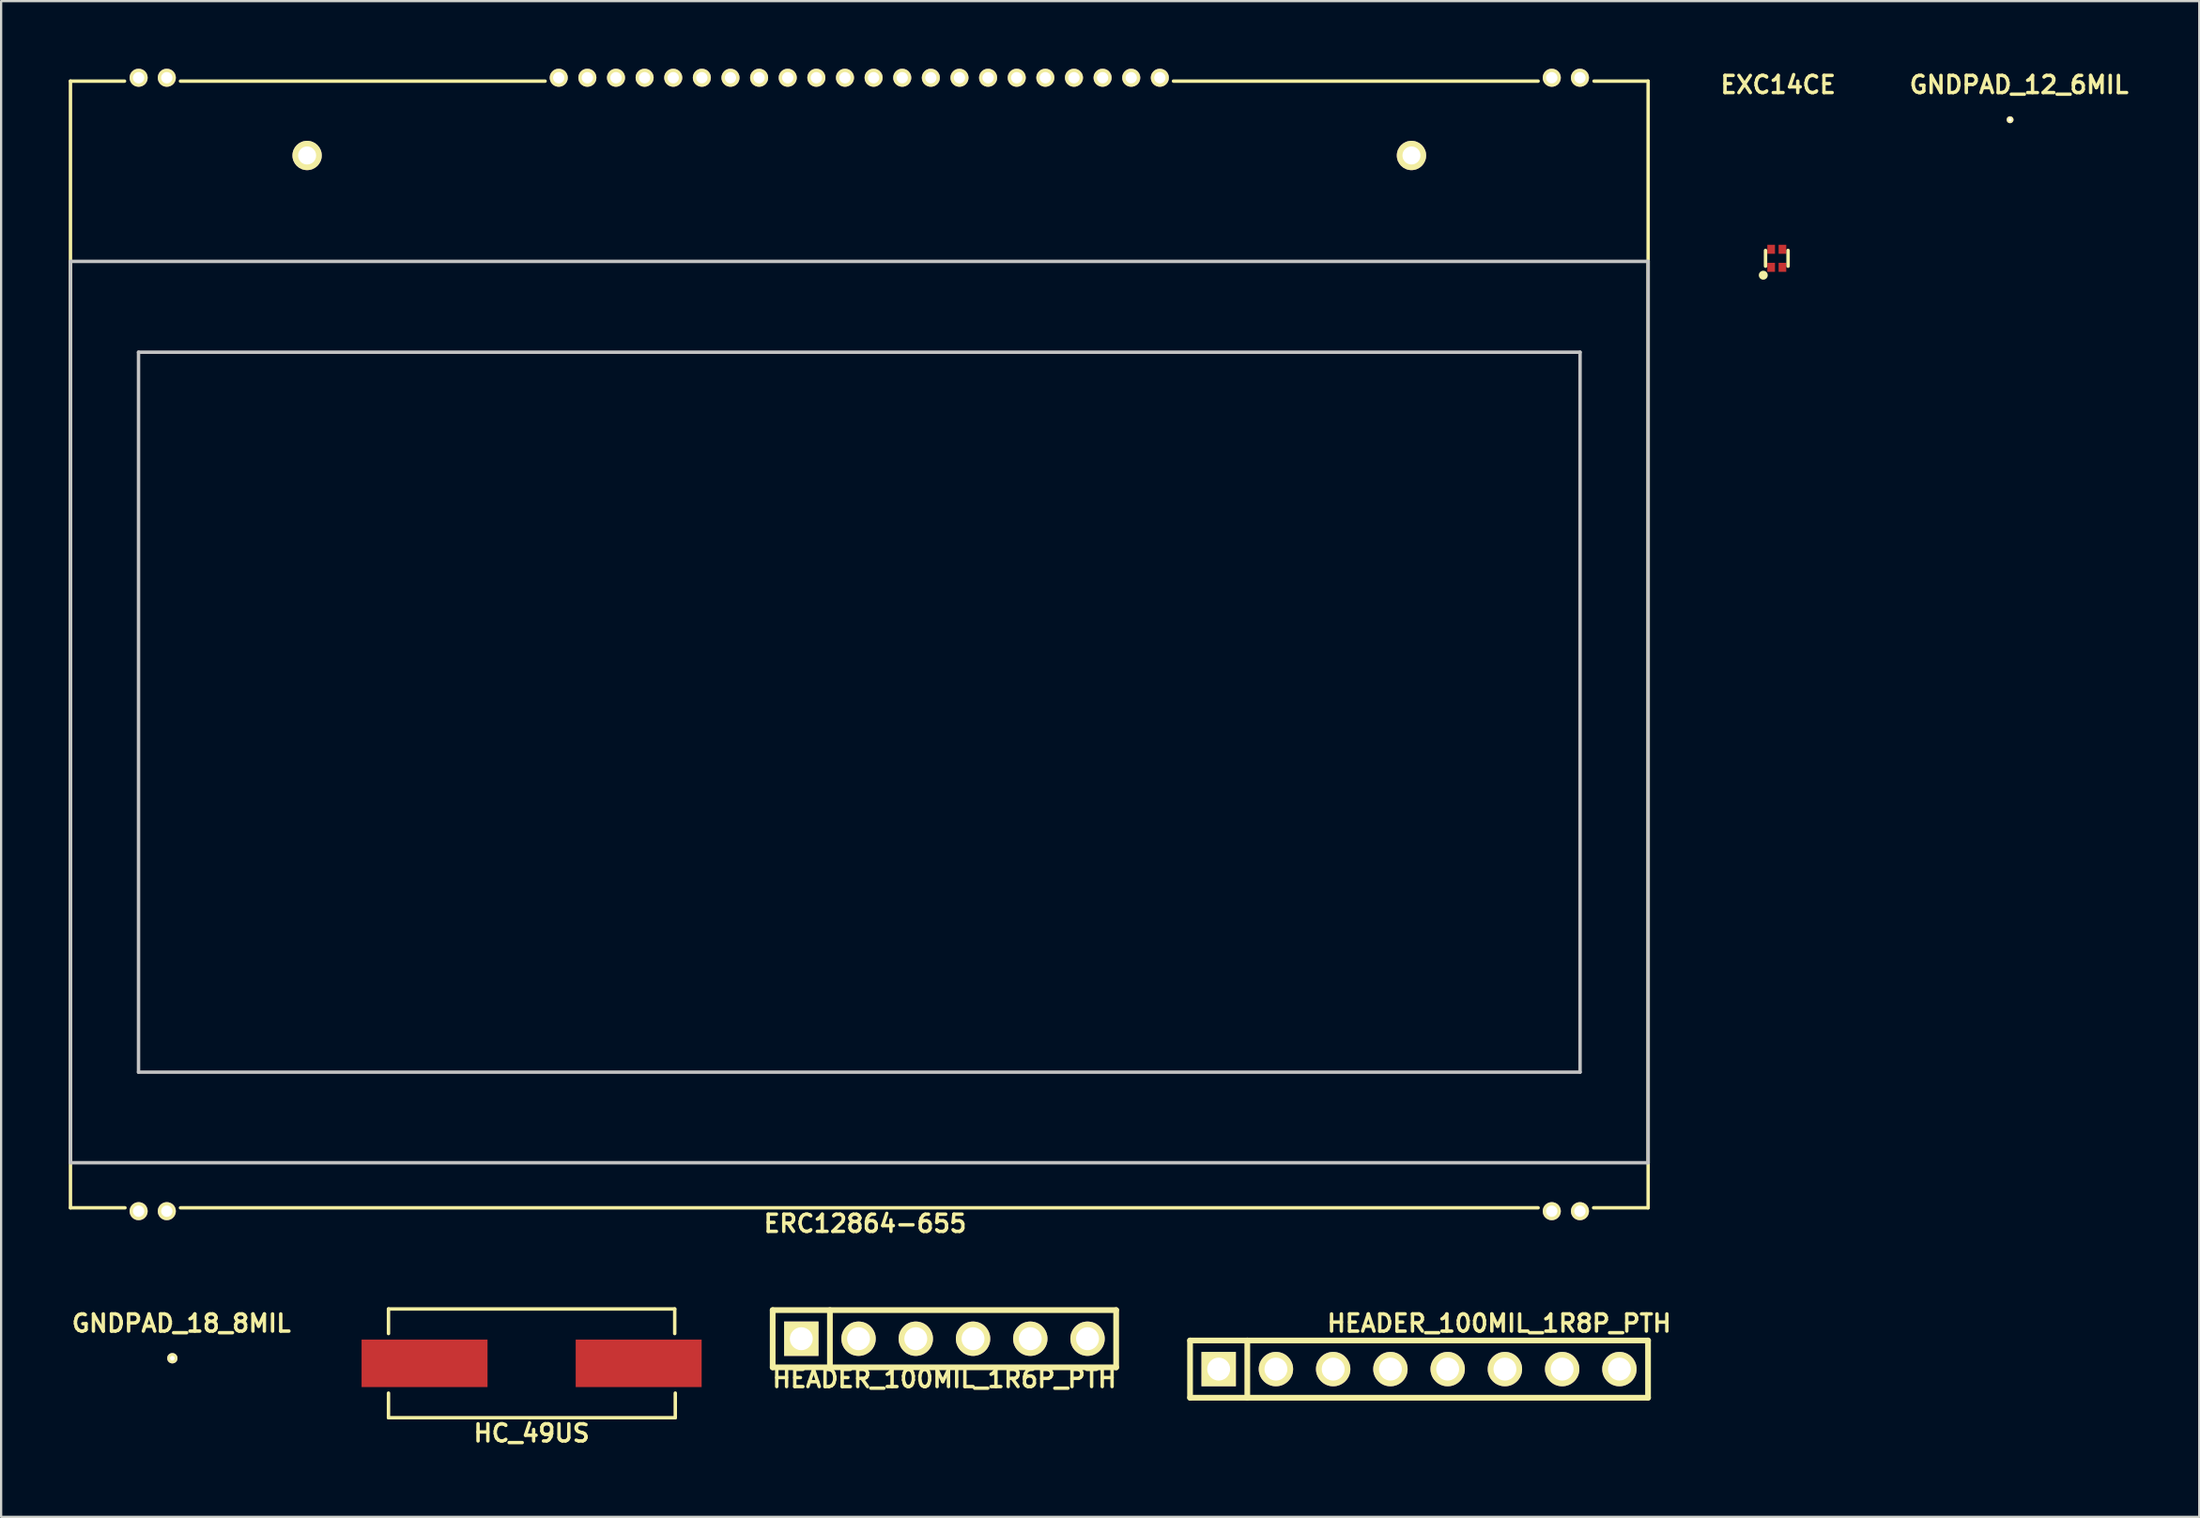
<source format=kicad_pcb>
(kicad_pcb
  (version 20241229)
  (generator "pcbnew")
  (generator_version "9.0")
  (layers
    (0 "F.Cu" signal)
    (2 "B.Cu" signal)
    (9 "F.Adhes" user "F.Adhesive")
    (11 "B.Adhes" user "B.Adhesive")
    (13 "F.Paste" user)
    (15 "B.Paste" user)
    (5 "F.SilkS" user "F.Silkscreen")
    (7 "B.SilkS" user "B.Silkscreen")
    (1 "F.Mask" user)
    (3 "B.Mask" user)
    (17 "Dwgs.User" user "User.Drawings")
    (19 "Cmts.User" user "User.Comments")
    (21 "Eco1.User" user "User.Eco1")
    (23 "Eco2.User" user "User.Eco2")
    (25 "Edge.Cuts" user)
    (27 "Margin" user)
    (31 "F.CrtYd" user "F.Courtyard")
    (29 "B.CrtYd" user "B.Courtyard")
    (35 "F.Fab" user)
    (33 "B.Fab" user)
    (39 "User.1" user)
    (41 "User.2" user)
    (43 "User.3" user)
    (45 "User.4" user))
  (footprint "HC_49US"
    (layer "F.Cu")
    (at 20.537 57.452)
    (property "Reference" "HC_49US" (at 0 3.1 0) (layer "F.SilkS") (effects (font (size 0.762 0.762) (thickness 0.152))))
    (attr through_hole)
    (fp_line (start -6.35 -2.413) (end -6.35 -1.321) (stroke (width 0.152) (type solid)) (layer "F.SilkS"))
    (fp_line (start -6.35 -2.413) (end 6.35 -2.413) (stroke (width 0.152) (type solid)) (layer "F.SilkS"))
    (fp_line (start -6.35 2.413) (end -6.35 1.321) (stroke (width 0.152) (type solid)) (layer "F.SilkS"))
    (fp_line (start 6.35 -2.413) (end 6.35 -1.321) (stroke (width 0.152) (type solid)) (layer "F.SilkS"))
    (fp_line (start 6.375 1.321) (end 6.375 2.413) (stroke (width 0.152) (type solid)) (layer "F.SilkS"))
    (fp_line (start 6.375 2.413) (end -6.35 2.413) (stroke (width 0.152) (type solid)) (layer "F.SilkS"))
    (pad "1" smd rect (at -4.75 0) (size 5.588 2.108) (layers "F.Cu" "F.Mask" "F.Paste"))
    (pad "2" smd rect (at 4.75 0) (size 5.588 2.108) (layers "F.Cu" "F.Mask" "F.Paste")))
  (footprint "HEADER_100MIL_1R6P_PTH"
    (layer "F.Cu")
    (at 38.853 56.36)
    (property "Reference" "HEADER_100MIL_1R6P_PTH" (at 0 1.778 0) (layer "F.SilkS") (effects (font (size 0.762 0.762) (thickness 0.152))))
    (attr through_hole)
    (fp_line (start -7.62 -1.27) (end 7.62 -1.27) (stroke (width 0.254) (type solid)) (layer "F.SilkS"))
    (fp_line (start -7.62 1.27) (end -7.62 -1.27) (stroke (width 0.254) (type solid)) (layer "F.SilkS"))
    (fp_line (start -5.08 -1.27) (end -5.08 1.27) (stroke (width 0.254) (type solid)) (layer "F.SilkS"))
    (fp_line (start 7.62 -1.27) (end 7.62 1.27) (stroke (width 0.254) (type solid)) (layer "F.SilkS"))
    (fp_line (start 7.62 1.27) (end -7.62 1.27) (stroke (width 0.254) (type solid)) (layer "F.SilkS"))
    (pad "1" thru_hole rect (at -6.35 0) (size 1.524 1.524) (drill 1.016) (layers "*.Cu" "*.Mask" "F.SilkS"))
    (pad "2" thru_hole circle (at -3.81 0) (size 1.524 1.524) (drill 1.016) (layers "*.Cu" "*.Mask" "F.SilkS"))
    (pad "3" thru_hole circle (at -1.27 0) (size 1.524 1.524) (drill 1.016) (layers "*.Cu" "*.Mask" "F.SilkS"))
    (pad "4" thru_hole circle (at 1.27 0) (size 1.524 1.524) (drill 1.016) (layers "*.Cu" "*.Mask" "F.SilkS"))
    (pad "5" thru_hole circle (at 3.81 0) (size 1.524 1.524) (drill 1.016) (layers "*.Cu" "*.Mask" "F.SilkS"))
    (pad "6" thru_hole circle (at 6.35 0) (size 1.524 1.524) (drill 1.016) (layers "*.Cu" "*.Mask" "F.SilkS")))
  (footprint "HEADER_100MIL_1R8P_PTH"
    (layer "F.Cu")
    (at 59.912 57.708)
    (property "Reference" "HEADER_100MIL_1R8P_PTH" (at 3.556 -2.032 0) (layer "F.SilkS") (effects (font (size 0.762 0.762) (thickness 0.152))))
    (attr through_hole)
    (fp_line (start -10.16 1.27) (end -10.16 -1.27) (stroke (width 0.254) (type solid)) (layer "F.SilkS"))
    (fp_line (start -10.16 1.27) (end 10.16 1.27) (stroke (width 0.254) (type solid)) (layer "F.SilkS"))
    (fp_line (start -7.62 -1.27) (end -7.62 1.27) (stroke (width 0.254) (type solid)) (layer "F.SilkS"))
    (fp_line (start 10.16 -1.27) (end -10.16 -1.27) (stroke (width 0.254) (type solid)) (layer "F.SilkS"))
    (fp_line (start 10.16 -1.27) (end 10.16 1.27) (stroke (width 0.254) (type solid)) (layer "F.SilkS"))
    (pad "1" thru_hole rect (at -8.89 0) (size 1.524 1.524) (drill 1.016) (layers "*.Cu" "*.Mask" "F.SilkS"))
    (pad "2" thru_hole circle (at -6.35 0) (size 1.524 1.524) (drill 1.016) (layers "*.Cu" "*.Mask" "F.SilkS"))
    (pad "3" thru_hole circle (at -3.81 0) (size 1.524 1.524) (drill 1.016) (layers "*.Cu" "*.Mask" "F.SilkS"))
    (pad "4" thru_hole circle (at -1.27 0) (size 1.524 1.524) (drill 1.016) (layers "*.Cu" "*.Mask" "F.SilkS"))
    (pad "5" thru_hole circle (at 1.27 0) (size 1.524 1.524) (drill 1.016) (layers "*.Cu" "*.Mask" "F.SilkS"))
    (pad "6" thru_hole circle (at 3.81 0) (size 1.524 1.524) (drill 1.016) (layers "*.Cu" "*.Mask" "F.SilkS"))
    (pad "7" thru_hole circle (at 6.35 0) (size 1.524 1.524) (drill 1.016) (layers "*.Cu" "*.Mask" "F.SilkS"))
    (pad "8" thru_hole circle (at 8.89 0) (size 1.524 1.524) (drill 1.016) (layers "*.Cu" "*.Mask" "F.SilkS")))
  (footprint "ERC12864-655"
    (layer "F.Cu")
    (at 35.076 25.55)
    (property "Reference" "ERC12864-655" (at 0.26 25.7 0) (layer "F.SilkS") (effects (font (size 0.762 0.762) (thickness 0.152))))
    (attr through_hole)
    (fp_line (start -35 -25) (end -35 25) (stroke (width 0.152) (type solid)) (layer "F.SilkS"))
    (fp_line (start -35 -25) (end -32.6 -25) (stroke (width 0.152) (type solid)) (layer "F.SilkS"))
    (fp_line (start -35 25) (end -32.58 25) (stroke (width 0.152) (type solid)) (layer "F.SilkS"))
    (fp_line (start -30.12 -25) (end -13.94 -25) (stroke (width 0.152) (type solid)) (layer "F.SilkS"))
    (fp_line (start -30.12 25) (end 30.12 25) (stroke (width 0.152) (type solid)) (layer "F.SilkS"))
    (fp_line (start 13.94 -25) (end 30.12 -25) (stroke (width 0.152) (type solid)) (layer "F.SilkS"))
    (fp_line (start 32.58 25) (end 35 25) (stroke (width 0.152) (type solid)) (layer "F.SilkS"))
    (fp_line (start 32.6 -25) (end 35 -25) (stroke (width 0.152) (type solid)) (layer "F.SilkS"))
    (fp_line (start 35 -25) (end 35 25) (stroke (width 0.152) (type solid)) (layer "F.SilkS"))
    (fp_line (start -35 -17) (end -35 23) (stroke (width 0.152) (type solid)) (layer "Dwgs.User"))
    (fp_line (start -35 23) (end 35 23) (stroke (width 0.152) (type solid)) (layer "Dwgs.User"))
    (fp_line (start -31.98 -12.97) (end -31.98 18.98) (stroke (width 0.152) (type solid)) (layer "Dwgs.User"))
    (fp_line (start -31.98 18.98) (end 31.98 18.98) (stroke (width 0.152) (type solid)) (layer "Dwgs.User"))
    (fp_line (start 31.98 -12.97) (end -31.98 -12.97) (stroke (width 0.152) (type solid)) (layer "Dwgs.User"))
    (fp_line (start 31.98 18.98) (end 31.98 -12.97) (stroke (width 0.152) (type solid)) (layer "Dwgs.User"))
    (fp_line (start 35 -17) (end -35 -17) (stroke (width 0.152) (type solid)) (layer "Dwgs.User"))
    (fp_line (start 35 23) (end 35 -17) (stroke (width 0.152) (type solid)) (layer "Dwgs.User"))
    (pad "1" thru_hole circle (at -13.335 -25.15) (size 0.8 0.8) (drill 0.5) (layers "*.Cu" "*.Mask" "F.SilkS"))
    (pad "2" thru_hole circle (at -12.065 -25.15) (size 0.8 0.8) (drill 0.5) (layers "*.Cu" "*.Mask" "F.SilkS"))
    (pad "3" thru_hole circle (at -10.795 -25.15) (size 0.8 0.8) (drill 0.5) (layers "*.Cu" "*.Mask" "F.SilkS"))
    (pad "4" thru_hole circle (at -9.525 -25.15) (size 0.8 0.8) (drill 0.5) (layers "*.Cu" "*.Mask" "F.SilkS"))
    (pad "5" thru_hole circle (at -8.255 -25.15) (size 0.8 0.8) (drill 0.5) (layers "*.Cu" "*.Mask" "F.SilkS"))
    (pad "6" thru_hole circle (at -6.985 -25.15) (size 0.8 0.8) (drill 0.5) (layers "*.Cu" "*.Mask" "F.SilkS"))
    (pad "7" thru_hole circle (at -5.715 -25.15) (size 0.8 0.8) (drill 0.5) (layers "*.Cu" "*.Mask" "F.SilkS"))
    (pad "8" thru_hole circle (at -4.445 -25.15) (size 0.8 0.8) (drill 0.5) (layers "*.Cu" "*.Mask" "F.SilkS"))
    (pad "9" thru_hole circle (at -3.175 -25.15) (size 0.8 0.8) (drill 0.5) (layers "*.Cu" "*.Mask" "F.SilkS"))
    (pad "10" thru_hole circle (at -1.905 -25.15) (size 0.8 0.8) (drill 0.5) (layers "*.Cu" "*.Mask" "F.SilkS"))
    (pad "11" thru_hole circle (at -0.635 -25.15) (size 0.8 0.8) (drill 0.5) (layers "*.Cu" "*.Mask" "F.SilkS"))
    (pad "12" thru_hole circle (at 0.635 -25.15) (size 0.8 0.8) (drill 0.5) (layers "*.Cu" "*.Mask" "F.SilkS"))
    (pad "13" thru_hole circle (at 1.905 -25.15) (size 0.8 0.8) (drill 0.5) (layers "*.Cu" "*.Mask" "F.SilkS"))
    (pad "14" thru_hole circle (at 3.175 -25.15) (size 0.8 0.8) (drill 0.5) (layers "*.Cu" "*.Mask" "F.SilkS"))
    (pad "15" thru_hole circle (at 4.445 -25.15) (size 0.8 0.8) (drill 0.5) (layers "*.Cu" "*.Mask" "F.SilkS"))
    (pad "16" thru_hole circle (at 5.715 -25.15) (size 0.8 0.8) (drill 0.5) (layers "*.Cu" "*.Mask" "F.SilkS"))
    (pad "17" thru_hole circle (at 6.985 -25.15) (size 0.8 0.8) (drill 0.5) (layers "*.Cu" "*.Mask" "F.SilkS"))
    (pad "18" thru_hole circle (at 8.255 -25.15) (size 0.8 0.8) (drill 0.5) (layers "*.Cu" "*.Mask" "F.SilkS"))
    (pad "19" thru_hole circle (at 9.525 -25.15) (size 0.8 0.8) (drill 0.5) (layers "*.Cu" "*.Mask" "F.SilkS"))
    (pad "20" thru_hole circle (at 10.795 -25.15) (size 0.8 0.8) (drill 0.5) (layers "*.Cu" "*.Mask" "F.SilkS"))
    (pad "21" thru_hole circle (at 12.065 -25.15) (size 0.8 0.8) (drill 0.5) (layers "*.Cu" "*.Mask" "F.SilkS"))
    (pad "22" thru_hole circle (at 13.335 -25.15) (size 0.8 0.8) (drill 0.5) (layers "*.Cu" "*.Mask" "F.SilkS"))
    (pad "23" thru_hole circle (at 30.725 -25.15) (size 0.8 0.8) (drill 0.5) (layers "*.Cu" "*.Mask" "F.SilkS"))
    (pad "24" thru_hole circle (at 31.975 -25.15) (size 0.8 0.8) (drill 0.5) (layers "*.Cu" "*.Mask" "F.SilkS"))
    (pad "25" thru_hole circle (at 30.725 25.15) (size 0.8 0.8) (drill 0.5) (layers "*.Cu" "*.Mask" "F.SilkS"))
    (pad "26" thru_hole circle (at 31.975 25.15) (size 0.8 0.8) (drill 0.5) (layers "*.Cu" "*.Mask" "F.SilkS"))
    (pad "27" thru_hole circle (at 24.5 -21.7) (size 1.3 1.3) (drill 0.8) (layers "*.Cu" "*.Mask" "F.SilkS"))
    (pad "28" thru_hole circle (at -24.5 -21.7) (size 1.3 1.3) (drill 0.8) (layers "*.Cu" "*.Mask" "F.SilkS"))
    (pad "29" thru_hole circle (at -31.975 -25.15) (size 0.8 0.8) (drill 0.5) (layers "*.Cu" "*.Mask" "F.SilkS"))
    (pad "30" thru_hole circle (at -30.725 -25.15) (size 0.8 0.8) (drill 0.5) (layers "*.Cu" "*.Mask" "F.SilkS"))
    (pad "31" thru_hole circle (at -31.975 25.15) (size 0.8 0.8) (drill 0.5) (layers "*.Cu" "*.Mask" "F.SilkS"))
    (pad "32" thru_hole circle (at -30.725 25.15) (size 0.8 0.8) (drill 0.5) (layers "*.Cu" "*.Mask" "F.SilkS")))
  (footprint "GNDPAD_18_8MIL"
    (layer "F.Cu")
    (at 4.597 57.226)
    (property "Reference" "GNDPAD_18_8MIL" (at 0.4 -1.55 0) (layer "F.SilkS") (effects (font (size 0.762 0.762) (thickness 0.152))))
    (attr through_hole)
    (pad "1" thru_hole circle (at 0 0) (size 0.457 0.457) (drill 0.203) (layers "*.Cu" "*.Mask" "F.SilkS")))
  (footprint "GNDPAD_12_6MIL"
    (layer "F.Cu")
    (at 86.134 2.263)
    (property "Reference" "GNDPAD_12_6MIL" (at 0.4 -1.55 0) (layer "F.SilkS") (effects (font (size 0.762 0.762) (thickness 0.152))))
    (attr through_hole)
    (pad "1" thru_hole circle (at 0 0) (size 0.305 0.305) (drill 0.152) (layers "*.Cu" "*.Mask" "F.SilkS")))
  (footprint "EXC14CE"
    (layer "F.Cu")
    (at 75.785 8.413)
    (property "Reference" "EXC14CE" (at 0.06 -7.7 0) (layer "F.SilkS") (effects (font (size 0.762 0.762) (thickness 0.152))))
    (attr through_hole)
    (fp_line (start -0.5 -0.35) (end -0.5 0.35) (stroke (width 0.152) (type solid)) (layer "F.SilkS"))
    (fp_line (start 0.5 -0.35) (end 0.5 0.35) (stroke (width 0.152) (type solid)) (layer "F.SilkS"))
    (fp_circle (center -0.6 0.75) (end -0.5 0.75) (stroke (width 0.2) (type solid)) (fill no) (layer "F.SilkS"))
    (pad "1" smd rect (at -0.25 0.4) (size 0.34 0.4) (layers "F.Cu" "F.Mask" "F.Paste"))
    (pad "2" smd rect (at 0.25 0.4) (size 0.34 0.4) (layers "F.Cu" "F.Mask" "F.Paste"))
    (pad "3" smd rect (at 0.25 -0.4) (size 0.34 0.4) (layers "F.Cu" "F.Mask" "F.Paste"))
    (pad "4" smd rect (at -0.25 -0.4) (size 0.34 0.4) (layers "F.Cu" "F.Mask" "F.Paste")))
  (gr_rect
    (start -3 -3)
    (end 94.53 64.266)
    (stroke (width 0.1) (type default))
    (fill no)
    (layer "Edge.Cuts")))
</source>
